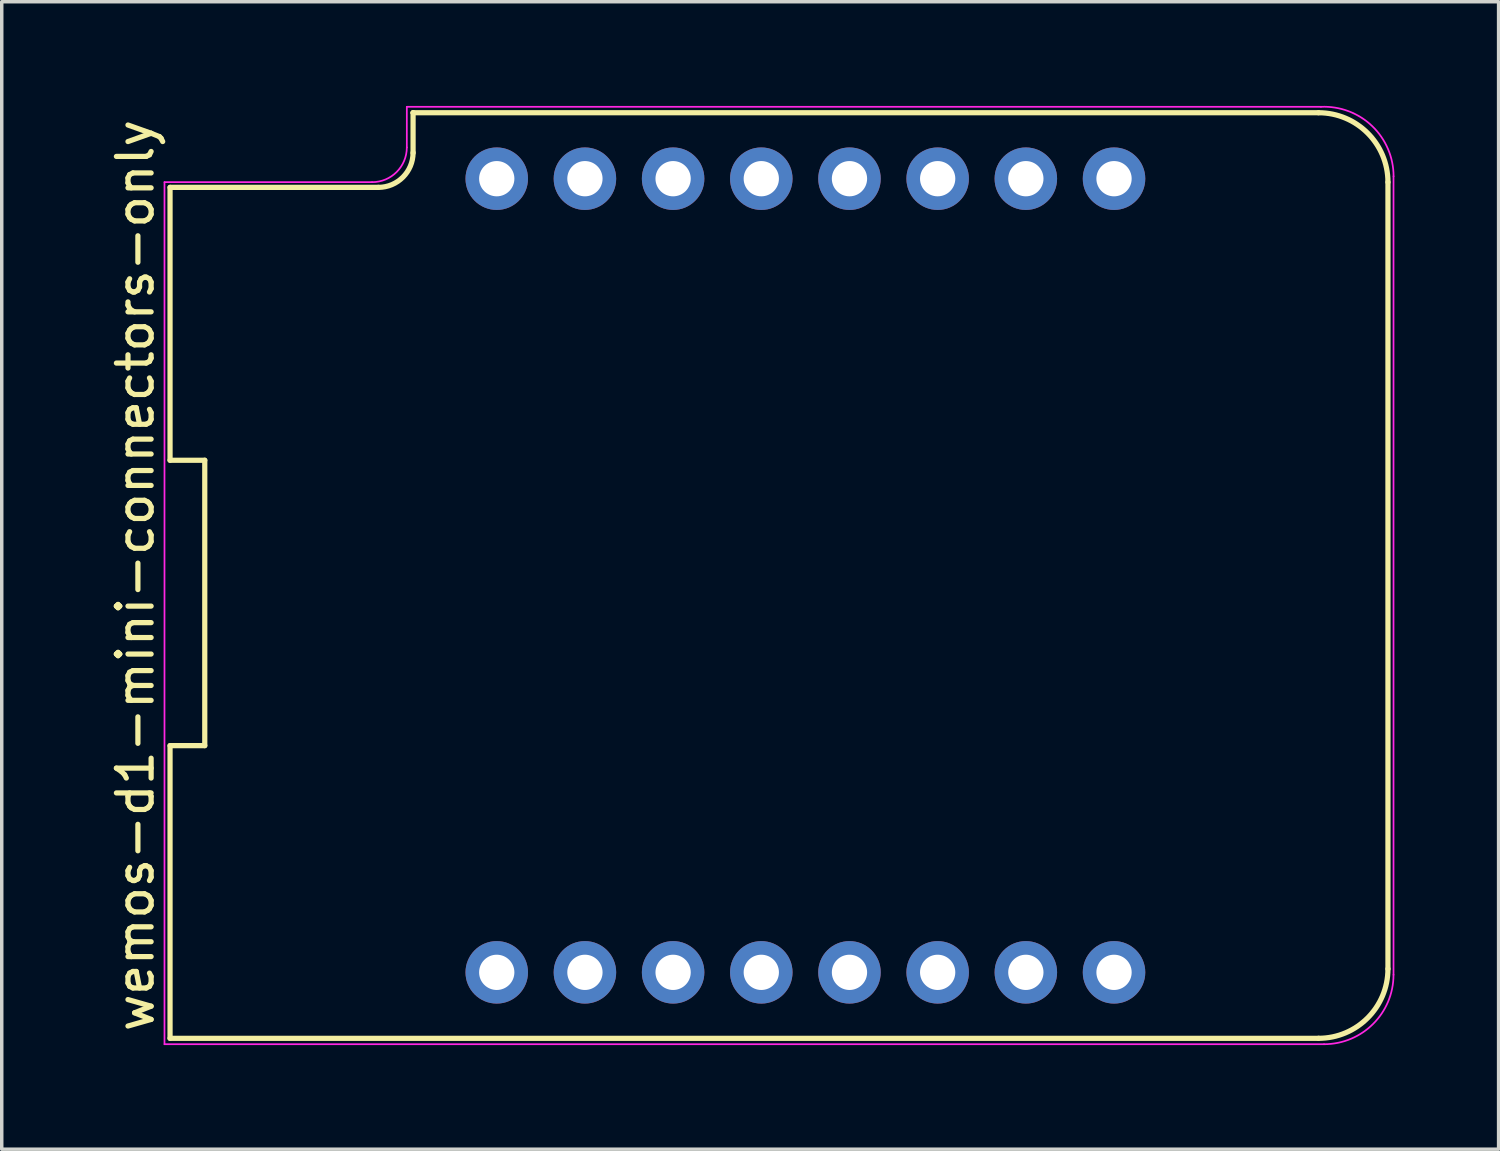
<source format=kicad_pcb>
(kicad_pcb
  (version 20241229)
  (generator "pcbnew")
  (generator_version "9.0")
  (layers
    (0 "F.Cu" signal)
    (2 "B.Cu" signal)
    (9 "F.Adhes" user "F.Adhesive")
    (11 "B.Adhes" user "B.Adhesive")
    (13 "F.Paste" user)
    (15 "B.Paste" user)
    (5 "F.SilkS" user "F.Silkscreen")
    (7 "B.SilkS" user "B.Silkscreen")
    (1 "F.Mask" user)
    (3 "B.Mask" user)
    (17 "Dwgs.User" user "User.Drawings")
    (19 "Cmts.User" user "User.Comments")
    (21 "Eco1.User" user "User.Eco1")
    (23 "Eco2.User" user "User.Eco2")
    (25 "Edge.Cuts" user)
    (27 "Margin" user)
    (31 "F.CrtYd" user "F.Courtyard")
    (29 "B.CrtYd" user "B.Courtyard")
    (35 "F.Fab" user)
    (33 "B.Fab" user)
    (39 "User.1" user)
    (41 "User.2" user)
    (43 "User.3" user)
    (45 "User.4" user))
  (footprint "wemos-d1-mini-connectors-only"
    (layer "F.Cu")
    (at 20.148 13.527)
    (property "Reference" "wemos-d1-mini-connectors-only" (at -19.3 0 90) (layer "F.SilkS") (effects (font (size 1 1) (thickness 0.15))))
    (attr through_hole)
    (fp_line (start -18.3 -11.18) (end -18.3 -3.32) (stroke (width 0.15) (type solid)) (layer "F.SilkS"))
    (fp_line (start -18.3 -11.18) (end -12.3 -11.18) (stroke (width 0.15) (type solid)) (layer "F.SilkS"))
    (fp_line (start -18.3 -3.32) (end -17.3 -3.32) (stroke (width 0.15) (type solid)) (layer "F.SilkS"))
    (fp_line (start -18.3 4.9) (end -18.3 13.33) (stroke (width 0.15) (type solid)) (layer "F.SilkS"))
    (fp_line (start -18.3 13.33) (end 14.78 13.33) (stroke (width 0.15) (type solid)) (layer "F.SilkS"))
    (fp_line (start -17.3 -3.32) (end -17.3 4.9) (stroke (width 0.15) (type solid)) (layer "F.SilkS"))
    (fp_line (start -17.3 4.9) (end -18.3 4.9) (stroke (width 0.15) (type solid)) (layer "F.SilkS"))
    (fp_line (start -11.3 -13.33) (end -11.3 -13.33) (stroke (width 0.15) (type solid)) (layer "F.SilkS"))
    (fp_line (start -11.3 -12.17) (end -11.3 -13.33) (stroke (width 0.15) (type solid)) (layer "F.SilkS"))
    (fp_line (start 14.78 -13.33) (end -11.3 -13.33) (stroke (width 0.15) (type solid)) (layer "F.SilkS"))
    (fp_line (start 16.78 11.33) (end 16.78 -11.33) (stroke (width 0.15) (type solid)) (layer "F.SilkS"))
    (fp_arc (start -11.3 -12.18) (mid -11.592893 -11.472893) (end -12.3 -11.18) (stroke (width 0.15) (type solid)) (layer "F.SilkS"))
    (fp_arc (start 14.78 -13.33) (mid 16.194214 -12.744214) (end 16.78 -11.33) (stroke (width 0.15) (type solid)) (layer "F.SilkS"))
    (fp_arc (start 16.78 11.33) (mid 16.194214 12.744214) (end 14.78 13.33) (stroke (width 0.15) (type solid)) (layer "F.SilkS"))
    (fp_line (start -18.46 -11.33) (end -12.48 -11.33) (stroke (width 0.05) (type solid)) (layer "F.CrtYd"))
    (fp_line (start -18.46 13.5) (end -18.46 -11.33) (stroke (width 0.05) (type solid)) (layer "F.CrtYd"))
    (fp_line (start -11.48 -13.5) (end -11.48 -12.33) (stroke (width 0.05) (type solid)) (layer "F.CrtYd"))
    (fp_line (start -11.48 -13.5) (end 14.85 -13.5) (stroke (width 0.05) (type solid)) (layer "F.CrtYd"))
    (fp_line (start 14.94 13.5) (end -18.46 13.5) (stroke (width 0.05) (type solid)) (layer "F.CrtYd"))
    (fp_line (start 16.94 -11.5) (end 16.94 11.5) (stroke (width 0.05) (type solid)) (layer "F.CrtYd"))
    (fp_arc (start -11.48 -12.33) (mid -11.772893 -11.622893) (end -12.48 -11.33) (stroke (width 0.05) (type solid)) (layer "F.CrtYd"))
    (fp_arc (start 14.85 -13.5) (mid 16.323459 -12.947115) (end 16.942024 -11.5) (stroke (width 0.05) (type solid)) (layer "F.CrtYd"))
    (fp_arc (start 16.94 11.5) (mid 16.354214 12.914214) (end 14.94 13.5) (stroke (width 0.05) (type solid)) (layer "F.CrtYd"))
    (pad "1" thru_hole circle (at -8.89 11.43) (size 1.8 1.8) (drill 1.016) (layers "*.Cu" "*.Mask"))
    (pad "2" thru_hole circle (at -6.35 11.43) (size 1.8 1.8) (drill 1.016) (layers "*.Cu" "*.Mask"))
    (pad "3" thru_hole circle (at -3.81 11.43) (size 1.8 1.8) (drill 1.016) (layers "*.Cu" "*.Mask"))
    (pad "4" thru_hole circle (at -1.27 11.43) (size 1.8 1.8) (drill 1.016) (layers "*.Cu" "*.Mask"))
    (pad "5" thru_hole circle (at 1.27 11.43) (size 1.8 1.8) (drill 1.016) (layers "*.Cu" "*.Mask"))
    (pad "6" thru_hole circle (at 3.81 11.43) (size 1.8 1.8) (drill 1.016) (layers "*.Cu" "*.Mask"))
    (pad "7" thru_hole circle (at 6.35 11.43) (size 1.8 1.8) (drill 1.016) (layers "*.Cu" "*.Mask"))
    (pad "8" thru_hole circle (at 8.89 11.43) (size 1.8 1.8) (drill 1.016) (layers "*.Cu" "*.Mask"))
    (pad "9" thru_hole circle (at 8.89 -11.43) (size 1.8 1.8) (drill 1.016) (layers "*.Cu" "*.Mask"))
    (pad "10" thru_hole circle (at 6.35 -11.43) (size 1.8 1.8) (drill 1.016) (layers "*.Cu" "*.Mask"))
    (pad "11" thru_hole circle (at 3.81 -11.43) (size 1.8 1.8) (drill 1.016) (layers "*.Cu" "*.Mask"))
    (pad "12" thru_hole circle (at 1.27 -11.43) (size 1.8 1.8) (drill 1.016) (layers "*.Cu" "*.Mask"))
    (pad "13" thru_hole circle (at -1.27 -11.43) (size 1.8 1.8) (drill 1.016) (layers "*.Cu" "*.Mask"))
    (pad "14" thru_hole circle (at -3.81 -11.43) (size 1.8 1.8) (drill 1.016) (layers "*.Cu" "*.Mask"))
    (pad "15" thru_hole circle (at -6.35 -11.43) (size 1.8 1.8) (drill 1.016) (layers "*.Cu" "*.Mask"))
    (pad "16" thru_hole circle (at -8.89 -11.43) (size 1.8 1.8) (drill 1.016) (layers "*.Cu" "*.Mask")))
  (gr_rect
    (start -3 -3)
    (end 40.115 30.052)
    (stroke (width 0.1) (type default))
    (fill no)
    (layer "Edge.Cuts")))
</source>
